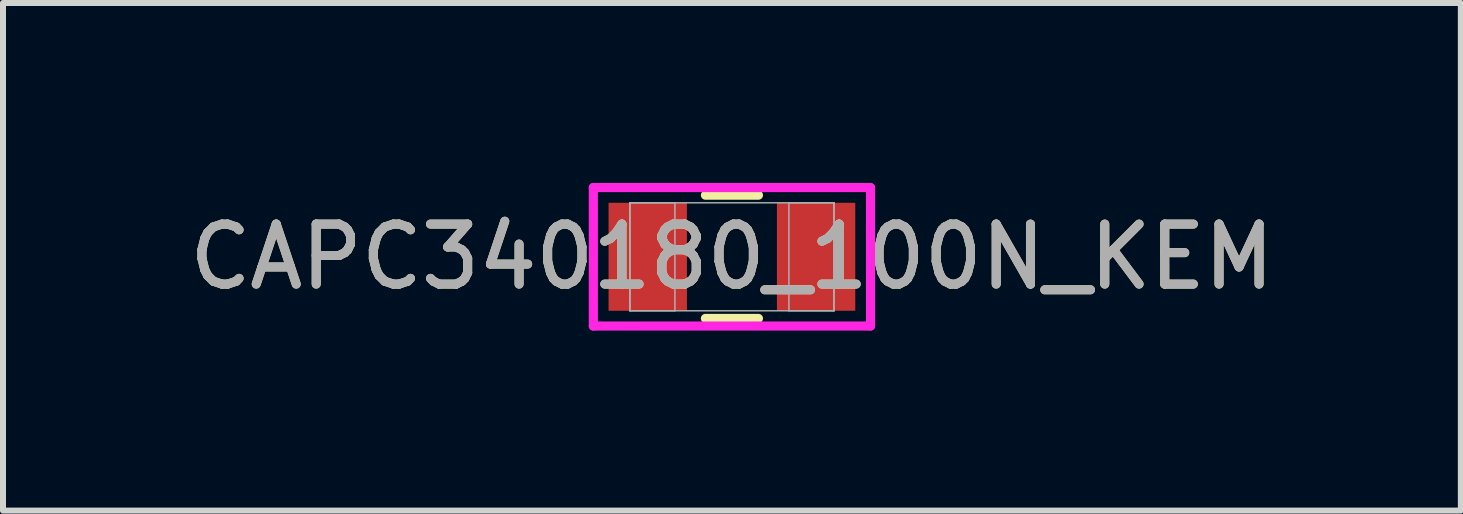
<source format=kicad_pcb>
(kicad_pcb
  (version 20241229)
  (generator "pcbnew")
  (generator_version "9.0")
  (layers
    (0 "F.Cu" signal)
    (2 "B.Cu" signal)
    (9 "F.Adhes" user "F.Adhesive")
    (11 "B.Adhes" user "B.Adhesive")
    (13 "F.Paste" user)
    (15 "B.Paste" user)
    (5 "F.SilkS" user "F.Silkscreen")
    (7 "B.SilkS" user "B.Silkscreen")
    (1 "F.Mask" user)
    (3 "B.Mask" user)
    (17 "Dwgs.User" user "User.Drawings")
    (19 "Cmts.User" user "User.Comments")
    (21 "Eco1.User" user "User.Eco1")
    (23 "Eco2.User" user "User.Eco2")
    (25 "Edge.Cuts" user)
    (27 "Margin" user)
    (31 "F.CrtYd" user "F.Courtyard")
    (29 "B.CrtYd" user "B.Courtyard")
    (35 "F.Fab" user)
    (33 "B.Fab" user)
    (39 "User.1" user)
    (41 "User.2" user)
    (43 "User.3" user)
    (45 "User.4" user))
  (footprint "CAPC340180_100N_KEM"
    (layer "F.Cu")
    (at 9.149 1.23)
    (property "Reference" "CAPC340180_100N_KEM" (at 0 0 0) (unlocked yes) (layer "F.SilkS") (effects (font (size 1 1) (thickness 0.15))))
    (attr smd)
    (fp_line (start -0.442 1.027) (end 0.442 1.027) (stroke (width 0.152) (type solid)) (layer "F.SilkS"))
    (fp_line (start 0.442 -1.027) (end -0.442 -1.027) (stroke (width 0.152) (type solid)) (layer "F.SilkS"))
    (fp_line (start -2.31 -1.154) (end 2.31 -1.154) (stroke (width 0.152) (type solid)) (layer "F.CrtYd"))
    (fp_line (start -2.31 1.154) (end -2.31 -1.154) (stroke (width 0.152) (type solid)) (layer "F.CrtYd"))
    (fp_line (start 2.31 -1.154) (end 2.31 1.154) (stroke (width 0.152) (type solid)) (layer "F.CrtYd"))
    (fp_line (start 2.31 1.154) (end -2.31 1.154) (stroke (width 0.152) (type solid)) (layer "F.CrtYd"))
    (fp_line (start -1.7 -0.9) (end -1.7 0.9) (stroke (width 0.025) (type solid)) (layer "F.Fab"))
    (fp_line (start -1.7 -0.9) (end -1.7 0.9) (stroke (width 0.025) (type solid)) (layer "F.Fab"))
    (fp_line (start -1.7 0.9) (end -0.95 0.9) (stroke (width 0.025) (type solid)) (layer "F.Fab"))
    (fp_line (start -1.7 0.9) (end 1.7 0.9) (stroke (width 0.025) (type solid)) (layer "F.Fab"))
    (fp_line (start -0.95 -0.9) (end -1.7 -0.9) (stroke (width 0.025) (type solid)) (layer "F.Fab"))
    (fp_line (start -0.95 0.9) (end -0.95 -0.9) (stroke (width 0.025) (type solid)) (layer "F.Fab"))
    (fp_line (start 0.95 -0.9) (end 0.95 0.9) (stroke (width 0.025) (type solid)) (layer "F.Fab"))
    (fp_line (start 0.95 0.9) (end 1.7 0.9) (stroke (width 0.025) (type solid)) (layer "F.Fab"))
    (fp_line (start 1.7 -0.9) (end -1.7 -0.9) (stroke (width 0.025) (type solid)) (layer "F.Fab"))
    (fp_line (start 1.7 -0.9) (end 0.95 -0.9) (stroke (width 0.025) (type solid)) (layer "F.Fab"))
    (fp_line (start 1.7 0.9) (end 1.7 -0.9) (stroke (width 0.025) (type solid)) (layer "F.Fab"))
    (fp_line (start 1.7 0.9) (end 1.7 -0.9) (stroke (width 0.025) (type solid)) (layer "F.Fab"))
    (fp_text user "${REFERENCE}" (at 0 0 0) (unlocked yes) (layer "F.Fab") (effects (font (size 1 1) (thickness 0.15))))
    (pad "1" smd rect (at -1.403 0) (size 1.306 1.8) (layers "F.Cu" "F.Mask" "F.Paste"))
    (pad "2" smd rect (at 1.403 0) (size 1.306 1.8) (layers "F.Cu" "F.Mask" "F.Paste"))
    (zone (net_name "") (layer "F.Cu") (hatch full 0.508) (connect_pads) (min_thickness 0.254) (filled_areas_thickness no) (keepout (tracks not_allowed) (vias not_allowed) (pads allowed) (copperpour not_allowed) (footprints allowed)) (placement (enabled no)) (fill) (polygon (pts (xy 8.45 0.381) (xy 9.848 0.381) (xy 9.848 2.079) (xy 8.45 2.079)))))
  (gr_rect
    (start -3 -3)
    (end 21.298 5.46)
    (stroke (width 0.1) (type default))
    (fill no)
    (layer "Edge.Cuts")))
</source>
